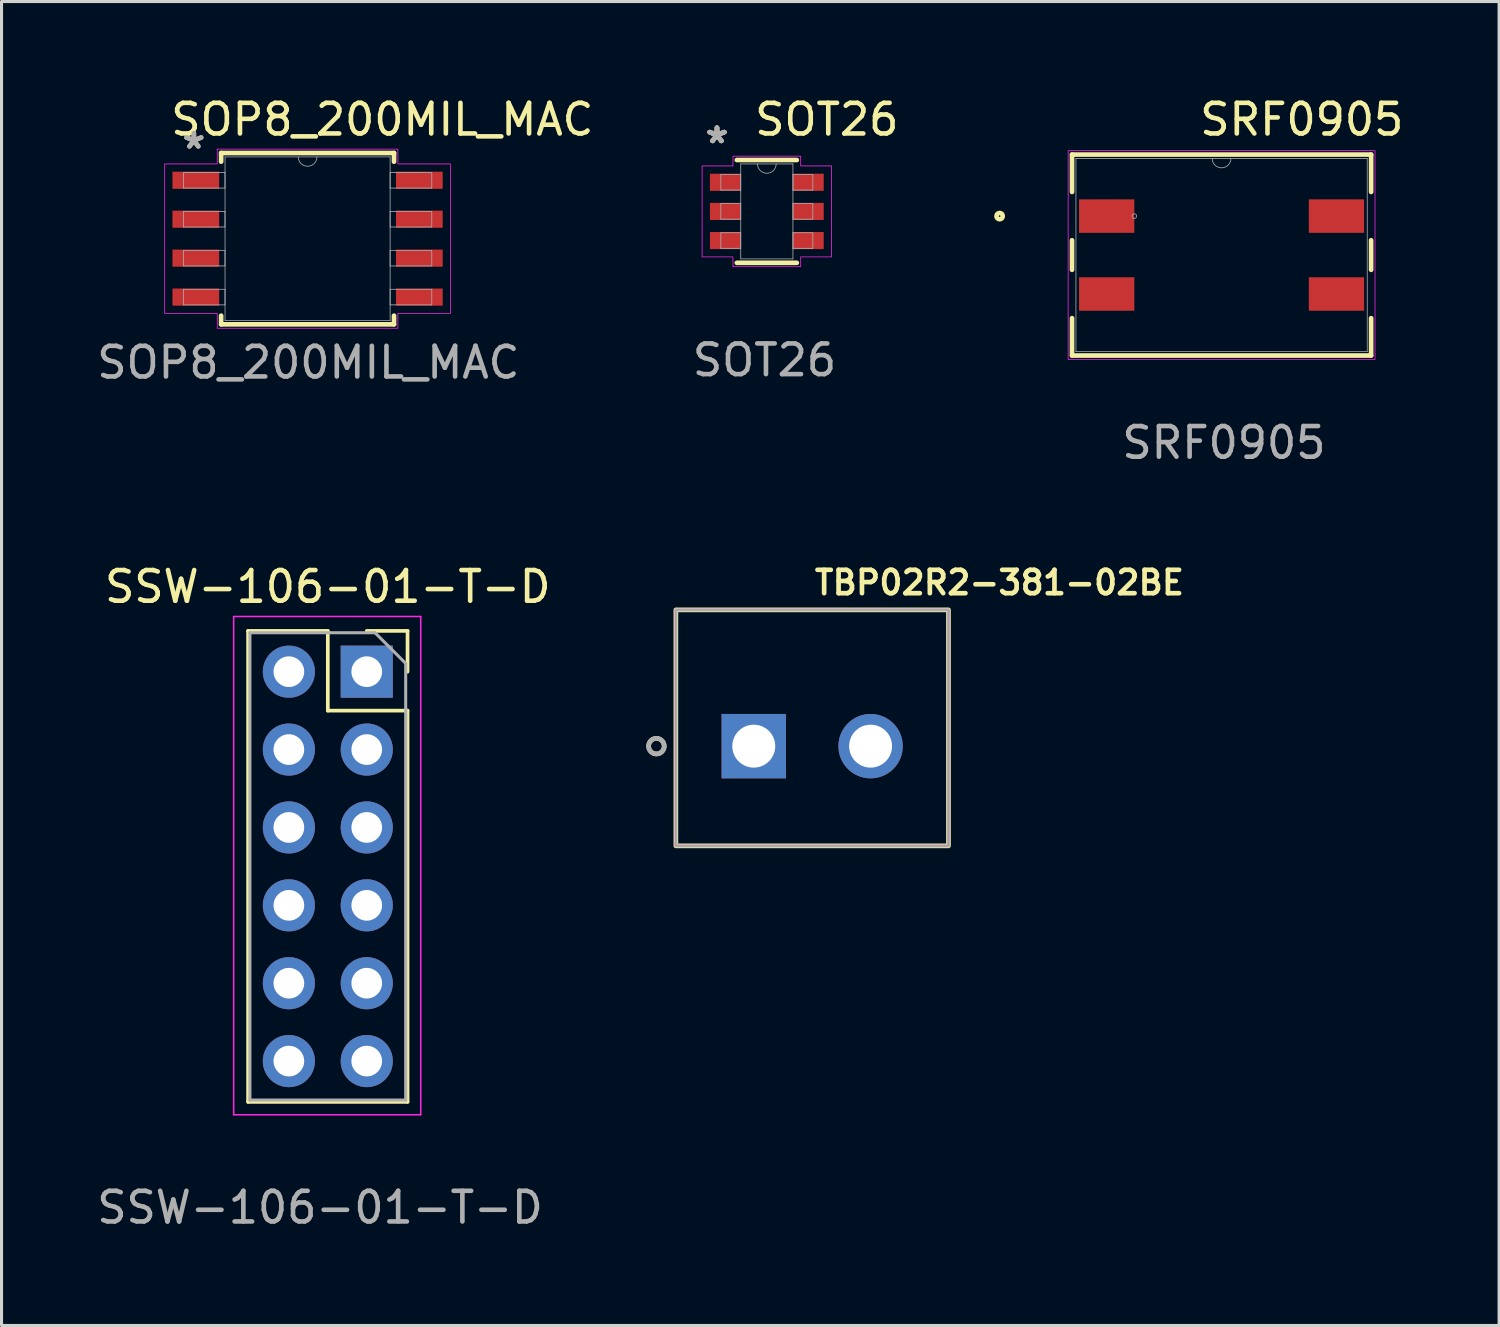
<source format=kicad_pcb>
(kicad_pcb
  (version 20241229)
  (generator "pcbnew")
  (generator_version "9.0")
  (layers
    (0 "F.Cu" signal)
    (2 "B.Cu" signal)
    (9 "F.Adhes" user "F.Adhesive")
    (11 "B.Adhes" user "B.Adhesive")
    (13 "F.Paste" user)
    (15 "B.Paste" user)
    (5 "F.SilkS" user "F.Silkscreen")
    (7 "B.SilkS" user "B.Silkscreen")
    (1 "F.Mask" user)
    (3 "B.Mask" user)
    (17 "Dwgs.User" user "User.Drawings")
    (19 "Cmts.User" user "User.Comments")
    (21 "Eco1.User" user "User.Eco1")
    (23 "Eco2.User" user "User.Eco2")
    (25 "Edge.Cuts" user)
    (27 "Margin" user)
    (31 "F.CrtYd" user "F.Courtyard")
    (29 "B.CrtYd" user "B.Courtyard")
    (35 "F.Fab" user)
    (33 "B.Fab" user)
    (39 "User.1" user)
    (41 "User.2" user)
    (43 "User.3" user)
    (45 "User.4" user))
  (footprint "SRF0905"
    (layer "F.Cu")
    (at 36.79 5.268)
    (property "Reference" "SRF0905" (at 2.616 -4.42 0) (unlocked yes) (layer "F.SilkS") (effects (font (size 1 1) (thickness 0.15))))
    (attr smd)
    (fp_line (start -4.877 -3.277) (end -4.877 -2.058) (stroke (width 0.152) (type solid)) (layer "F.SilkS"))
    (fp_line (start -4.877 -0.482) (end -4.877 0.482) (stroke (width 0.152) (type solid)) (layer "F.SilkS"))
    (fp_line (start -4.877 2.058) (end -4.877 3.277) (stroke (width 0.152) (type solid)) (layer "F.SilkS"))
    (fp_line (start -4.877 3.277) (end 4.877 3.277) (stroke (width 0.152) (type solid)) (layer "F.SilkS"))
    (fp_line (start 4.877 -3.277) (end -4.877 -3.277) (stroke (width 0.152) (type solid)) (layer "F.SilkS"))
    (fp_line (start 4.877 -2.058) (end 4.877 -3.277) (stroke (width 0.152) (type solid)) (layer "F.SilkS"))
    (fp_line (start 4.877 0.482) (end 4.877 -0.482) (stroke (width 0.152) (type solid)) (layer "F.SilkS"))
    (fp_line (start 4.877 3.277) (end 4.877 2.058) (stroke (width 0.152) (type solid)) (layer "F.SilkS"))
    (fp_circle (center -7.239 -1.27) (end -7.137 -1.27) (stroke (width 0.152) (type solid)) (fill no) (layer "F.SilkS"))
    (fp_poly (pts (xy -5.004 -3.404) (xy 5.004 -3.404) (xy 5.004 3.404) (xy -5.004 3.404)) (stroke (width 0.025) (type solid)) (fill no) (layer "F.CrtYd"))
    (fp_line (start -4.75 -3.15) (end -4.75 3.15) (stroke (width 0.025) (type solid)) (layer "F.Fab"))
    (fp_line (start -4.75 3.15) (end 4.75 3.15) (stroke (width 0.025) (type solid)) (layer "F.Fab"))
    (fp_line (start 4.75 -3.15) (end -4.75 -3.15) (stroke (width 0.025) (type solid)) (layer "F.Fab"))
    (fp_line (start 4.75 3.15) (end 4.75 -3.15) (stroke (width 0.025) (type solid)) (layer "F.Fab"))
    (fp_arc (start 0.3048 -3.1496) (mid 0 -2.8448) (end -0.3048 -3.1496) (stroke (width 0.0254) (type solid)) (layer "F.Fab"))
    (fp_circle (center -2.845 -1.27) (end -2.769 -1.27) (stroke (width 0.025) (type solid)) (fill no) (layer "F.Fab"))
    (fp_text user "${REFERENCE}" (at 0.076 6.121 0) (unlocked yes) (layer "F.Fab") (effects (font (size 1 1) (thickness 0.15))))
    (pad "1" smd rect (at -3.747 -1.27) (size 1.803 1.092) (layers "F.Cu" "F.Mask" "F.Paste"))
    (pad "2" smd rect (at -3.747 1.27) (size 1.803 1.092) (layers "F.Cu" "F.Mask" "F.Paste"))
    (pad "3" smd rect (at 3.747 1.27) (size 1.803 1.092) (layers "F.Cu" "F.Mask" "F.Paste"))
    (pad "4" smd rect (at 3.747 -1.27) (size 1.803 1.092) (layers "F.Cu" "F.Mask" "F.Paste")))
  (footprint "TBP02R2-381-02BE"
    (layer "F.Cu")
    (at 23.438 21.285)
    (property "Reference" "TBP02R2-381-02BE" (at 0 -5.334 0) (layer "F.SilkS") (effects (font (size 0.762 0.762) (thickness 0.152)) (justify left)))
    (attr through_hole)
    (fp_rect (start -4.445 -4.445) (end 4.445 3.251) (stroke (width 0.152) (type default)) (fill no) (layer "F.SilkS"))
    (fp_circle (center -5.08 0) (end -4.826 0) (stroke (width 0.152) (type solid)) (fill no) (layer "F.SilkS"))
    (fp_rect (start -4.445 -4.445) (end 4.445 3.251) (stroke (width 0.006) (type default)) (fill no) (layer "F.CrtYd"))
    (fp_rect (start -4.445 -4.445) (end 4.445 3.251) (stroke (width 0.1) (type default)) (fill no) (layer "F.Fab"))
    (fp_circle (center -5.08 0) (end -4.826 0) (stroke (width 0.152) (type solid)) (fill no) (layer "F.Fab"))
    (pad "1" thru_hole rect (at -1.905 0) (size 2.1 2.1) (drill 1.4) (layers "*.Cu" "*.Mask"))
    (pad "2" thru_hole circle (at 1.905 0) (size 2.1 2.1) (drill 1.4) (layers "*.Cu" "*.Mask")))
  (footprint "SSW-106-01-T-D"
    (layer "F.Cu")
    (at 8.911 18.856)
    (property "Reference" "SSW-106-01-T-D" (at -1.27 -2.77 0) (layer "F.SilkS") (effects (font (size 1 1) (thickness 0.15))))
    (attr through_hole)
    (fp_line (start -3.87 -1.33) (end -3.87 14.03) (stroke (width 0.12) (type solid)) (layer "F.SilkS"))
    (fp_line (start -3.87 -1.33) (end -1.27 -1.33) (stroke (width 0.12) (type solid)) (layer "F.SilkS"))
    (fp_line (start -3.87 14.03) (end 1.33 14.03) (stroke (width 0.12) (type solid)) (layer "F.SilkS"))
    (fp_line (start -1.27 -1.33) (end -1.27 1.27) (stroke (width 0.12) (type solid)) (layer "F.SilkS"))
    (fp_line (start -1.27 1.27) (end 1.33 1.27) (stroke (width 0.12) (type solid)) (layer "F.SilkS"))
    (fp_line (start 0 -1.33) (end 1.33 -1.33) (stroke (width 0.12) (type solid)) (layer "F.SilkS"))
    (fp_line (start 1.33 -1.33) (end 1.33 0) (stroke (width 0.12) (type solid)) (layer "F.SilkS"))
    (fp_line (start 1.33 1.27) (end 1.33 14.03) (stroke (width 0.12) (type solid)) (layer "F.SilkS"))
    (fp_line (start -4.34 -1.8) (end 1.76 -1.8) (stroke (width 0.05) (type solid)) (layer "F.CrtYd"))
    (fp_line (start -4.34 14.45) (end -4.34 -1.8) (stroke (width 0.05) (type solid)) (layer "F.CrtYd"))
    (fp_line (start 1.76 -1.8) (end 1.76 14.45) (stroke (width 0.05) (type solid)) (layer "F.CrtYd"))
    (fp_line (start 1.76 14.45) (end -4.34 14.45) (stroke (width 0.05) (type solid)) (layer "F.CrtYd"))
    (fp_line (start -3.81 -1.27) (end 0.27 -1.27) (stroke (width 0.1) (type solid)) (layer "F.Fab"))
    (fp_line (start -3.81 13.97) (end -3.81 -1.27) (stroke (width 0.1) (type solid)) (layer "F.Fab"))
    (fp_line (start 0.27 -1.27) (end 1.27 -0.27) (stroke (width 0.1) (type solid)) (layer "F.Fab"))
    (fp_line (start 1.27 -0.27) (end 1.27 13.97) (stroke (width 0.1) (type solid)) (layer "F.Fab"))
    (fp_line (start 1.27 13.97) (end -3.81 13.97) (stroke (width 0.1) (type solid)) (layer "F.Fab"))
    (fp_text user "${REFERENCE}" (at -1.524 17.475 180) (layer "F.Fab") (effects (font (size 1 1) (thickness 0.15))))
    (pad "1" thru_hole rect (at 0 0) (size 1.7 1.7) (drill 1) (layers "*.Cu" "*.Mask"))
    (pad "2" thru_hole oval (at -2.54 0) (size 1.7 1.7) (drill 1) (layers "*.Cu" "*.Mask"))
    (pad "3" thru_hole oval (at 0 2.54) (size 1.7 1.7) (drill 1) (layers "*.Cu" "*.Mask"))
    (pad "4" thru_hole oval (at -2.54 2.54) (size 1.7 1.7) (drill 1) (layers "*.Cu" "*.Mask"))
    (pad "5" thru_hole oval (at 0 5.08) (size 1.7 1.7) (drill 1) (layers "*.Cu" "*.Mask"))
    (pad "6" thru_hole oval (at -2.54 5.08) (size 1.7 1.7) (drill 1) (layers "*.Cu" "*.Mask"))
    (pad "7" thru_hole oval (at 0 7.62) (size 1.7 1.7) (drill 1) (layers "*.Cu" "*.Mask"))
    (pad "8" thru_hole oval (at -2.54 7.62) (size 1.7 1.7) (drill 1) (layers "*.Cu" "*.Mask"))
    (pad "9" thru_hole oval (at 0 10.16) (size 1.7 1.7) (drill 1) (layers "*.Cu" "*.Mask"))
    (pad "10" thru_hole oval (at -2.54 10.16) (size 1.7 1.7) (drill 1) (layers "*.Cu" "*.Mask"))
    (pad "11" thru_hole oval (at 0 12.7) (size 1.7 1.7) (drill 1) (layers "*.Cu" "*.Mask"))
    (pad "12" thru_hole oval (at -2.54 12.7) (size 1.7 1.7) (drill 1) (layers "*.Cu" "*.Mask")))
  (footprint "SOT26"
    (layer "F.Cu")
    (at 21.959 3.845)
    (property "Reference" "SOT26" (at 1.956 -2.997 0) (unlocked yes) (layer "F.SilkS") (effects (font (size 1 1) (thickness 0.15))))
    (attr smd)
    (fp_line (start -0.978 1.676) (end 0.978 1.676) (stroke (width 0.152) (type solid)) (layer "F.SilkS"))
    (fp_line (start 0.978 -1.676) (end -0.978 -1.676) (stroke (width 0.152) (type solid)) (layer "F.SilkS"))
    (fp_poly (pts (xy -1.105 -1.483) (xy -1.105 -1.803) (xy 1.105 -1.803) (xy 1.105 -1.483) (xy 2.11 -1.483) (xy 2.11 1.483) (xy 1.105 1.483) (xy 1.105 1.803) (xy -1.105 1.803) (xy -1.105 1.483) (xy -2.11 1.483) (xy -2.11 -1.483)) (stroke (width 0.025) (type solid)) (fill no) (layer "F.CrtYd"))
    (fp_line (start -1.5 -1.204) (end -1.5 -0.696) (stroke (width 0.025) (type solid)) (layer "F.Fab"))
    (fp_line (start -1.5 -0.696) (end -0.851 -0.696) (stroke (width 0.025) (type solid)) (layer "F.Fab"))
    (fp_line (start -1.5 -0.254) (end -1.5 0.254) (stroke (width 0.025) (type solid)) (layer "F.Fab"))
    (fp_line (start -1.5 0.254) (end -0.851 0.254) (stroke (width 0.025) (type solid)) (layer "F.Fab"))
    (fp_line (start -1.5 0.696) (end -1.5 1.204) (stroke (width 0.025) (type solid)) (layer "F.Fab"))
    (fp_line (start -1.5 1.204) (end -0.851 1.204) (stroke (width 0.025) (type solid)) (layer "F.Fab"))
    (fp_line (start -0.851 -1.549) (end -0.851 1.549) (stroke (width 0.025) (type solid)) (layer "F.Fab"))
    (fp_line (start -0.851 -1.204) (end -1.5 -1.204) (stroke (width 0.025) (type solid)) (layer "F.Fab"))
    (fp_line (start -0.851 -0.696) (end -0.851 -1.204) (stroke (width 0.025) (type solid)) (layer "F.Fab"))
    (fp_line (start -0.851 -0.254) (end -1.5 -0.254) (stroke (width 0.025) (type solid)) (layer "F.Fab"))
    (fp_line (start -0.851 0.254) (end -0.851 -0.254) (stroke (width 0.025) (type solid)) (layer "F.Fab"))
    (fp_line (start -0.851 0.696) (end -1.5 0.696) (stroke (width 0.025) (type solid)) (layer "F.Fab"))
    (fp_line (start -0.851 1.204) (end -0.851 0.696) (stroke (width 0.025) (type solid)) (layer "F.Fab"))
    (fp_line (start -0.851 1.549) (end 0.851 1.549) (stroke (width 0.025) (type solid)) (layer "F.Fab"))
    (fp_line (start 0.851 -1.549) (end -0.851 -1.549) (stroke (width 0.025) (type solid)) (layer "F.Fab"))
    (fp_line (start 0.851 -1.204) (end 0.851 -0.696) (stroke (width 0.025) (type solid)) (layer "F.Fab"))
    (fp_line (start 0.851 -0.696) (end 1.5 -0.696) (stroke (width 0.025) (type solid)) (layer "F.Fab"))
    (fp_line (start 0.851 -0.254) (end 0.851 0.254) (stroke (width 0.025) (type solid)) (layer "F.Fab"))
    (fp_line (start 0.851 0.254) (end 1.5 0.254) (stroke (width 0.025) (type solid)) (layer "F.Fab"))
    (fp_line (start 0.851 0.696) (end 0.851 1.204) (stroke (width 0.025) (type solid)) (layer "F.Fab"))
    (fp_line (start 0.851 1.204) (end 1.5 1.204) (stroke (width 0.025) (type solid)) (layer "F.Fab"))
    (fp_line (start 0.851 1.549) (end 0.851 -1.549) (stroke (width 0.025) (type solid)) (layer "F.Fab"))
    (fp_line (start 1.5 -1.204) (end 0.851 -1.204) (stroke (width 0.025) (type solid)) (layer "F.Fab"))
    (fp_line (start 1.5 -0.696) (end 1.5 -1.204) (stroke (width 0.025) (type solid)) (layer "F.Fab"))
    (fp_line (start 1.5 -0.254) (end 0.851 -0.254) (stroke (width 0.025) (type solid)) (layer "F.Fab"))
    (fp_line (start 1.5 0.254) (end 1.5 -0.254) (stroke (width 0.025) (type solid)) (layer "F.Fab"))
    (fp_line (start 1.5 0.696) (end 0.851 0.696) (stroke (width 0.025) (type solid)) (layer "F.Fab"))
    (fp_line (start 1.5 1.204) (end 1.5 0.696) (stroke (width 0.025) (type solid)) (layer "F.Fab"))
    (fp_arc (start 0.3048 -1.5494) (mid 0 -1.2446) (end -0.3048 -1.5494) (stroke (width 0.0254) (type solid)) (layer "F.Fab"))
    (fp_text user "*" (at -1.626 -2.184 0) (layer "F.SilkS") (effects (font (size 1 1) (thickness 0.15))))
    (fp_text user "*" (at -1.626 -2.184 0) (unlocked yes) (layer "F.SilkS") (effects (font (size 1 1) (thickness 0.15))))
    (fp_text user "*" (at -1.626 -2.184 0) (layer "F.Fab") (effects (font (size 1 1) (thickness 0.15))))
    (fp_text user "*" (at -1.626 -2.184 0) (unlocked yes) (layer "F.Fab") (effects (font (size 1 1) (thickness 0.15))))
    (fp_text user "${REFERENCE}" (at -0.076 4.851 0) (unlocked yes) (layer "F.Fab") (effects (font (size 1 1) (thickness 0.15))))
    (pad "1" smd rect (at -1.353 -0.95) (size 1.005 0.559) (layers "F.Cu" "F.Mask" "F.Paste"))
    (pad "2" smd rect (at -1.353 0) (size 1.005 0.559) (layers "F.Cu" "F.Mask" "F.Paste"))
    (pad "3" smd rect (at -1.353 0.95) (size 1.005 0.559) (layers "F.Cu" "F.Mask" "F.Paste"))
    (pad "4" smd rect (at 1.353 0.95) (size 1.005 0.559) (layers "F.Cu" "F.Mask" "F.Paste"))
    (pad "5" smd rect (at 1.353 0) (size 1.005 0.559) (layers "F.Cu" "F.Mask" "F.Paste"))
    (pad "6" smd rect (at 1.353 -0.95) (size 1.005 0.559) (layers "F.Cu" "F.Mask" "F.Paste")))
  (footprint "SOP8_200MIL_MAC"
    (layer "F.Cu")
    (at 6.981 4.734)
    (property "Reference" "SOP8_200MIL_MAC" (at 2.438 -3.886 0) (unlocked yes) (layer "F.SilkS") (effects (font (size 1 1) (thickness 0.15))))
    (attr smd)
    (fp_line (start -2.819 -2.794) (end -2.819 -2.511) (stroke (width 0.152) (type solid)) (layer "F.SilkS"))
    (fp_line (start -2.819 2.511) (end -2.819 2.794) (stroke (width 0.152) (type solid)) (layer "F.SilkS"))
    (fp_line (start -2.819 2.794) (end 2.819 2.794) (stroke (width 0.152) (type solid)) (layer "F.SilkS"))
    (fp_line (start 2.819 -2.794) (end -2.819 -2.794) (stroke (width 0.152) (type solid)) (layer "F.SilkS"))
    (fp_line (start 2.819 -2.511) (end 2.819 -2.794) (stroke (width 0.152) (type solid)) (layer "F.SilkS"))
    (fp_line (start 2.819 2.794) (end 2.819 2.511) (stroke (width 0.152) (type solid)) (layer "F.SilkS"))
    (fp_poly (pts (xy -4.661 -2.438) (xy -2.946 -2.438) (xy -2.946 -2.921) (xy 2.946 -2.921) (xy 2.946 -2.438) (xy 4.661 -2.438) (xy 4.661 2.438) (xy 2.946 2.438) (xy 2.946 2.921) (xy -2.946 2.921) (xy -2.946 2.438) (xy -4.661 2.438)) (stroke (width 0.025) (type solid)) (fill no) (layer "F.CrtYd"))
    (fp_line (start -4.051 -2.159) (end -4.051 -1.651) (stroke (width 0.025) (type solid)) (layer "F.Fab"))
    (fp_line (start -4.051 -1.651) (end -2.692 -1.651) (stroke (width 0.025) (type solid)) (layer "F.Fab"))
    (fp_line (start -4.051 -0.889) (end -4.051 -0.381) (stroke (width 0.025) (type solid)) (layer "F.Fab"))
    (fp_line (start -4.051 -0.381) (end -2.692 -0.381) (stroke (width 0.025) (type solid)) (layer "F.Fab"))
    (fp_line (start -4.051 0.381) (end -4.051 0.889) (stroke (width 0.025) (type solid)) (layer "F.Fab"))
    (fp_line (start -4.051 0.889) (end -2.692 0.889) (stroke (width 0.025) (type solid)) (layer "F.Fab"))
    (fp_line (start -4.051 1.651) (end -4.051 2.159) (stroke (width 0.025) (type solid)) (layer "F.Fab"))
    (fp_line (start -4.051 2.159) (end -2.692 2.159) (stroke (width 0.025) (type solid)) (layer "F.Fab"))
    (fp_line (start -2.692 -2.667) (end -2.692 2.667) (stroke (width 0.025) (type solid)) (layer "F.Fab"))
    (fp_line (start -2.692 -2.159) (end -4.051 -2.159) (stroke (width 0.025) (type solid)) (layer "F.Fab"))
    (fp_line (start -2.692 -1.651) (end -2.692 -2.159) (stroke (width 0.025) (type solid)) (layer "F.Fab"))
    (fp_line (start -2.692 -0.889) (end -4.051 -0.889) (stroke (width 0.025) (type solid)) (layer "F.Fab"))
    (fp_line (start -2.692 -0.381) (end -2.692 -0.889) (stroke (width 0.025) (type solid)) (layer "F.Fab"))
    (fp_line (start -2.692 0.381) (end -4.051 0.381) (stroke (width 0.025) (type solid)) (layer "F.Fab"))
    (fp_line (start -2.692 0.889) (end -2.692 0.381) (stroke (width 0.025) (type solid)) (layer "F.Fab"))
    (fp_line (start -2.692 1.651) (end -4.051 1.651) (stroke (width 0.025) (type solid)) (layer "F.Fab"))
    (fp_line (start -2.692 2.159) (end -2.692 1.651) (stroke (width 0.025) (type solid)) (layer "F.Fab"))
    (fp_line (start -2.692 2.667) (end 2.692 2.667) (stroke (width 0.025) (type solid)) (layer "F.Fab"))
    (fp_line (start 2.692 -2.667) (end -2.692 -2.667) (stroke (width 0.025) (type solid)) (layer "F.Fab"))
    (fp_line (start 2.692 -2.159) (end 2.692 -1.651) (stroke (width 0.025) (type solid)) (layer "F.Fab"))
    (fp_line (start 2.692 -1.651) (end 4.051 -1.651) (stroke (width 0.025) (type solid)) (layer "F.Fab"))
    (fp_line (start 2.692 -0.889) (end 2.692 -0.381) (stroke (width 0.025) (type solid)) (layer "F.Fab"))
    (fp_line (start 2.692 -0.381) (end 4.051 -0.381) (stroke (width 0.025) (type solid)) (layer "F.Fab"))
    (fp_line (start 2.692 0.381) (end 2.692 0.889) (stroke (width 0.025) (type solid)) (layer "F.Fab"))
    (fp_line (start 2.692 0.889) (end 4.051 0.889) (stroke (width 0.025) (type solid)) (layer "F.Fab"))
    (fp_line (start 2.692 1.651) (end 2.692 2.159) (stroke (width 0.025) (type solid)) (layer "F.Fab"))
    (fp_line (start 2.692 2.159) (end 4.051 2.159) (stroke (width 0.025) (type solid)) (layer "F.Fab"))
    (fp_line (start 2.692 2.667) (end 2.692 -2.667) (stroke (width 0.025) (type solid)) (layer "F.Fab"))
    (fp_line (start 4.051 -2.159) (end 2.692 -2.159) (stroke (width 0.025) (type solid)) (layer "F.Fab"))
    (fp_line (start 4.051 -1.651) (end 4.051 -2.159) (stroke (width 0.025) (type solid)) (layer "F.Fab"))
    (fp_line (start 4.051 -0.889) (end 2.692 -0.889) (stroke (width 0.025) (type solid)) (layer "F.Fab"))
    (fp_line (start 4.051 -0.381) (end 4.051 -0.889) (stroke (width 0.025) (type solid)) (layer "F.Fab"))
    (fp_line (start 4.051 0.381) (end 2.692 0.381) (stroke (width 0.025) (type solid)) (layer "F.Fab"))
    (fp_line (start 4.051 0.889) (end 4.051 0.381) (stroke (width 0.025) (type solid)) (layer "F.Fab"))
    (fp_line (start 4.051 1.651) (end 2.692 1.651) (stroke (width 0.025) (type solid)) (layer "F.Fab"))
    (fp_line (start 4.051 2.159) (end 4.051 1.651) (stroke (width 0.025) (type solid)) (layer "F.Fab"))
    (fp_arc (start 0.3048 -2.667) (mid 0 -2.3622) (end -0.3048 -2.667) (stroke (width 0.0254) (type solid)) (layer "F.Fab"))
    (fp_text user "*" (at -3.708 -2.896 0) (unlocked yes) (layer "F.SilkS") (effects (font (size 1 1) (thickness 0.15))))
    (fp_text user "*" (at -3.708 -2.896 0) (unlocked yes) (layer "F.Fab") (effects (font (size 1 1) (thickness 0.15))))
    (fp_text user "${REFERENCE}" (at 0.025 4.039 0) (unlocked yes) (layer "F.Fab") (effects (font (size 1 1) (thickness 0.15))))
    (pad "1" smd rect (at -3.645 -1.905) (size 1.524 0.559) (layers "F.Cu" "F.Mask" "F.Paste"))
    (pad "2" smd rect (at -3.645 -0.635) (size 1.524 0.559) (layers "F.Cu" "F.Mask" "F.Paste"))
    (pad "3" smd rect (at -3.645 0.635) (size 1.524 0.559) (layers "F.Cu" "F.Mask" "F.Paste"))
    (pad "4" smd rect (at -3.645 1.905) (size 1.524 0.559) (layers "F.Cu" "F.Mask" "F.Paste"))
    (pad "5" smd rect (at 3.645 1.905) (size 1.524 0.559) (layers "F.Cu" "F.Mask" "F.Paste"))
    (pad "6" smd rect (at 3.645 0.635) (size 1.524 0.559) (layers "F.Cu" "F.Mask" "F.Paste"))
    (pad "7" smd rect (at 3.645 -0.635) (size 1.524 0.559) (layers "F.Cu" "F.Mask" "F.Paste"))
    (pad "8" smd rect (at 3.645 -1.905) (size 1.524 0.559) (layers "F.Cu" "F.Mask" "F.Paste")))
  (gr_rect
    (start -3 -3)
    (end 45.841 40.179)
    (stroke (width 0.1) (type default))
    (fill no)
    (layer "Edge.Cuts")))
</source>
